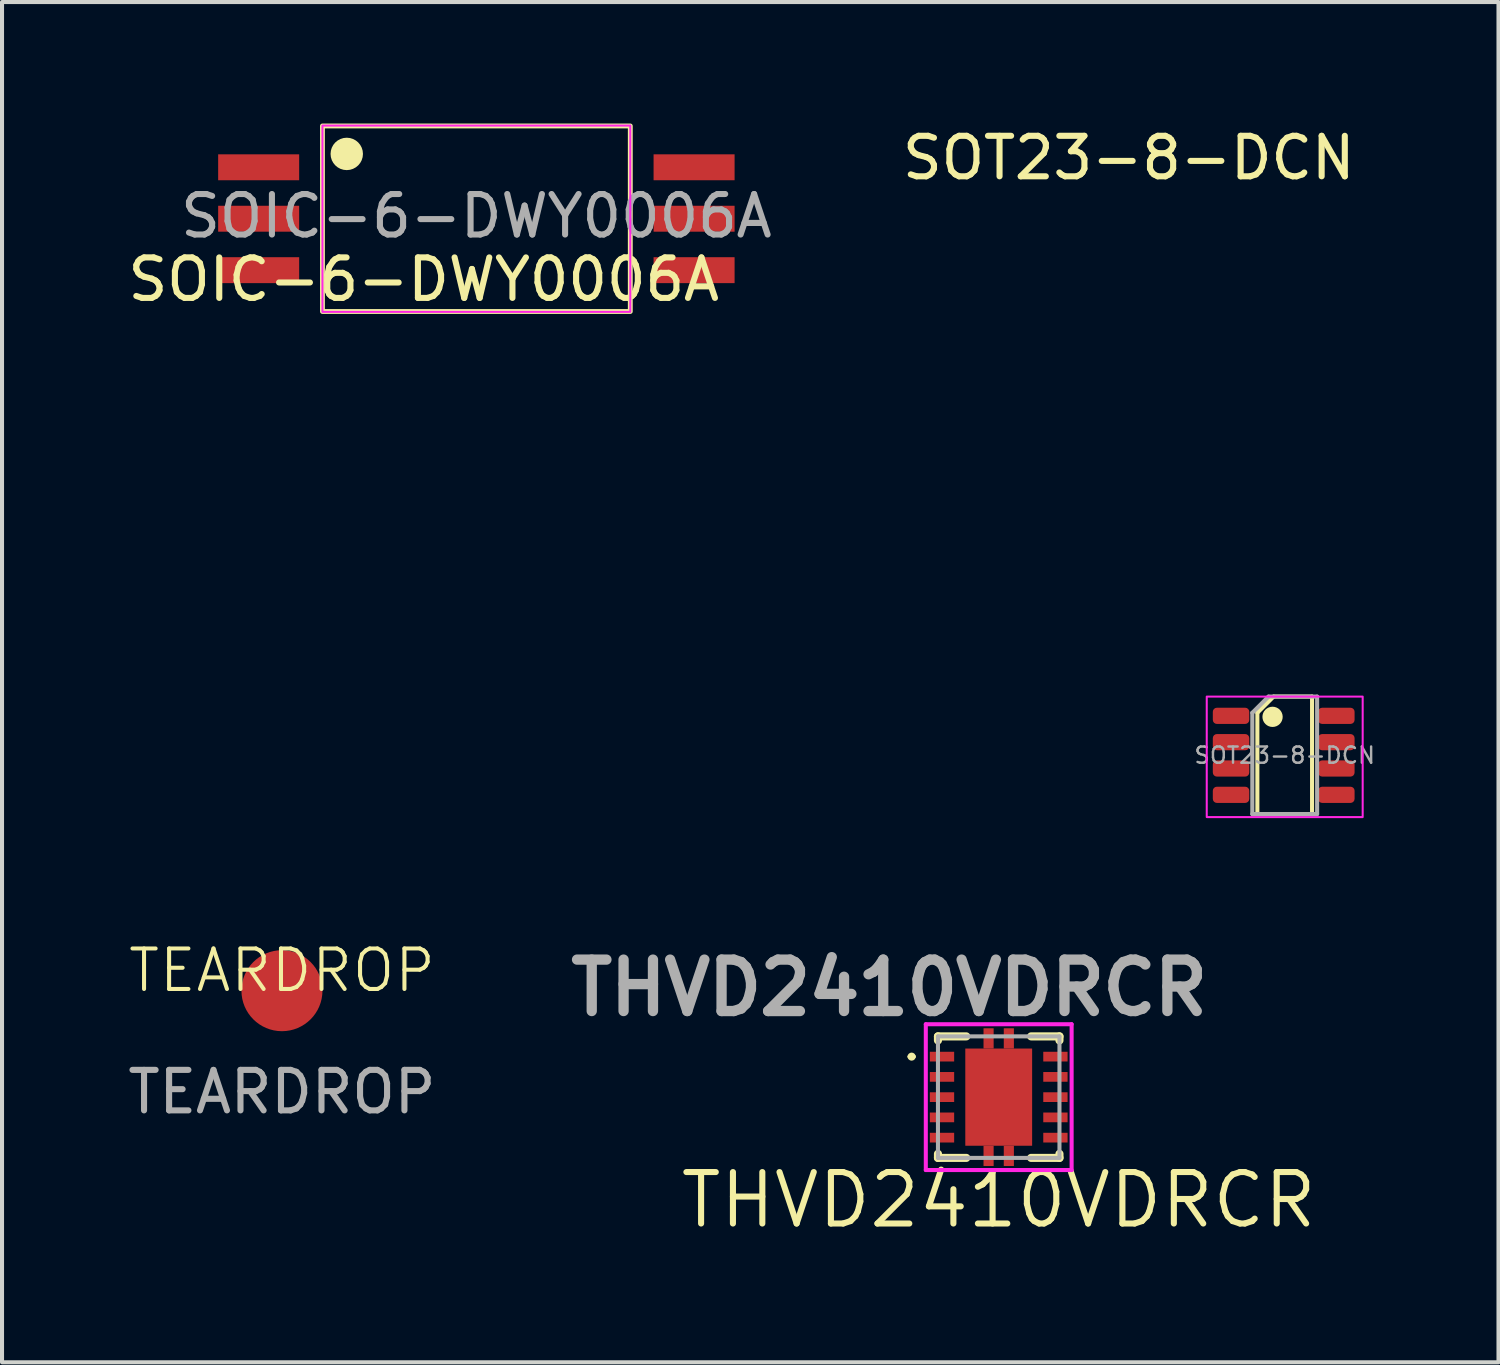
<source format=kicad_pcb>
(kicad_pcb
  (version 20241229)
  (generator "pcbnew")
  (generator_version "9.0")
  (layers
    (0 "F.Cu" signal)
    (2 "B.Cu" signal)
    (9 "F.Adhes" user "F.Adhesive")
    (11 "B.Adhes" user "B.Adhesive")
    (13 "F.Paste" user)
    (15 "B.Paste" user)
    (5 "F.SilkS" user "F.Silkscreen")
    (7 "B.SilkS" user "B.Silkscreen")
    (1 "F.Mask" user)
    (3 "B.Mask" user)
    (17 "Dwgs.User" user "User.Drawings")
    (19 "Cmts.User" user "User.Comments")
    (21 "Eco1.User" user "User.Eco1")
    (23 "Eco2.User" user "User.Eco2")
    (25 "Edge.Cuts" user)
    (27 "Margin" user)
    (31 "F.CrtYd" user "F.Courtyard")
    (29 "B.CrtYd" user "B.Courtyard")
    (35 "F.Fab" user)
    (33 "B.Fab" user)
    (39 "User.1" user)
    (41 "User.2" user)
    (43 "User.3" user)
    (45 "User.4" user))
  (footprint "TEARDROP"
    (layer "F.Cu")
    (at 3.911 21.409)
    (property "Reference" "TEARDROP" (at 0 -0.5 0) (unlocked yes) (layer "F.SilkS") (effects (font (size 1 1) (thickness 0.1))))
    (attr smd)
    (fp_text user "${REFERENCE}" (at 0 2.5 0) (unlocked yes) (layer "F.Fab") (effects (font (size 1 1) (thickness 0.15))))
    (pad "1" smd circle (at 0 0) (size 2 2) (layers "F.Cu" "F.Mask" "F.Paste")))
  (footprint "SOIC-6-DWY0006A"
    (layer "F.Cu")
    (at 8.711 2.35)
    (property "Reference" "SOIC-6-DWY0006A" (at -1.3 1.5 0) (layer "F.SilkS") (effects (font (size 1 1) (thickness 0.15))))
    (attr smd)
    (fp_rect (start -3.8 -2.29) (end 3.8 2.29) (stroke (width 0.12) (type default)) (fill no) (layer "F.SilkS"))
    (fp_circle (center -3.2 -1.6) (end -3 -1.6) (stroke (width 0.4) (type default)) (fill no) (layer "F.SilkS"))
    (fp_rect (start -3.8 -2.3) (end 3.8 2.3) (stroke (width 0.05) (type default)) (fill no) (layer "F.CrtYd"))
    (fp_text user "${REFERENCE}" (at 0 -0.065 0) (layer "F.Fab") (effects (font (size 1 1) (thickness 0.15))))
    (pad "1" smd rect (at -5.375 -1.27) (size 2 0.64) (layers "F.Cu" "F.Mask" "F.Paste"))
    (pad "2" smd rect (at -5.375 0) (size 2 0.64) (layers "F.Cu" "F.Mask" "F.Paste"))
    (pad "3" smd rect (at -5.375 1.27) (size 2 0.64) (layers "F.Cu" "F.Mask" "F.Paste"))
    (pad "4" smd rect (at 5.375 1.27) (size 2 0.64) (layers "F.Cu" "F.Mask" "F.Paste"))
    (pad "5" smd rect (at 5.375 0) (size 2 0.64) (layers "F.Cu" "F.Mask" "F.Paste"))
    (pad "6" smd rect (at 5.375 -1.27) (size 2 0.64) (layers "F.Cu" "F.Mask" "F.Paste")))
  (footprint "SOT23-8-DCN"
    (layer "F.Cu")
    (at 28.643 15.598)
    (property "Reference" "SOT23-8-DCN" (at -3.825 -14.75 0) (unlocked yes) (layer "F.SilkS") (effects (font (size 1 1) (thickness 0.15))))
    (attr smd)
    (fp_line (start -0.65 -1.05) (end -0.25 -1.45) (stroke (width 0.1) (type solid)) (layer "F.SilkS"))
    (fp_line (start -0.65 1.45) (end -0.65 -1.05) (stroke (width 0.1) (type solid)) (layer "F.SilkS"))
    (fp_line (start -0.25 -1.45) (end 0.7 -1.45) (stroke (width 0.1) (type solid)) (layer "F.SilkS"))
    (fp_line (start 0.7 -1.45) (end 0.7 1.45) (stroke (width 0.1) (type solid)) (layer "F.SilkS"))
    (fp_line (start 0.7 1.45) (end -0.65 1.45) (stroke (width 0.1) (type solid)) (layer "F.SilkS"))
    (fp_circle (center -0.275 -0.95) (end -0.15 -0.95) (stroke (width 0.25) (type default)) (fill no) (layer "F.SilkS"))
    (fp_rect (start -1.9 -1.45) (end 1.95 1.525) (stroke (width 0.05) (type default)) (fill no) (layer "F.CrtYd"))
    (fp_line (start -0.775 -1.05) (end -0.375 -1.45) (stroke (width 0.1) (type solid)) (layer "F.Fab"))
    (fp_line (start -0.775 1.45) (end -0.775 -1.05) (stroke (width 0.1) (type solid)) (layer "F.Fab"))
    (fp_line (start -0.375 -1.45) (end 0.825 -1.45) (stroke (width 0.1) (type solid)) (layer "F.Fab"))
    (fp_line (start 0.825 -1.45) (end 0.825 1.45) (stroke (width 0.1) (type solid)) (layer "F.Fab"))
    (fp_line (start 0.825 1.45) (end -0.775 1.45) (stroke (width 0.1) (type solid)) (layer "F.Fab"))
    (fp_text user "${REFERENCE}" (at 0.025 0 0) (layer "F.Fab") (effects (font (size 0.4 0.4) (thickness 0.06))))
    (pad "1" smd roundrect (at -1.3 -0.975) (size 0.9 0.4) (layers "F.Cu" "F.Mask" "F.Paste") (roundrect_rratio 0.25))
    (pad "2" smd roundrect (at -1.3 -0.325) (size 0.9 0.4) (layers "F.Cu" "F.Mask" "F.Paste") (roundrect_rratio 0.25))
    (pad "3" smd roundrect (at -1.3 0.325) (size 0.9 0.4) (layers "F.Cu" "F.Mask" "F.Paste") (roundrect_rratio 0.25))
    (pad "4" smd roundrect (at -1.3 0.975) (size 0.9 0.4) (layers "F.Cu" "F.Mask" "F.Paste") (roundrect_rratio 0.25))
    (pad "5" smd roundrect (at 1.3 0.975) (size 0.9 0.4) (layers "F.Cu" "F.Mask" "F.Paste") (roundrect_rratio 0.25))
    (pad "6" smd roundrect (at 1.3 0.325) (size 0.9 0.4) (layers "F.Cu" "F.Mask" "F.Paste") (roundrect_rratio 0.25))
    (pad "7" smd roundrect (at 1.3 -0.325) (size 0.9 0.4) (layers "F.Cu" "F.Mask" "F.Paste") (roundrect_rratio 0.25))
    (pad "8" smd roundrect (at 1.3 -0.975) (size 0.9 0.4) (layers "F.Cu" "F.Mask" "F.Paste") (roundrect_rratio 0.25)))
  (footprint "THVD2410VDRCR"
    (layer "F.Cu")
    (at 21.607 24.037)
    (property "Reference" "THVD2410VDRCR" (at 0 2.54 0) (layer "F.SilkS") (effects (font (size 1.27 1.27) (thickness 0.15))))
    (fp_line (start -2.2 -1) (end -2.2 -1) (stroke (width 0.1) (type solid)) (layer "F.SilkS"))
    (fp_line (start -2.1 -1) (end -2.1 -1) (stroke (width 0.1) (type solid)) (layer "F.SilkS"))
    (fp_line (start -1.5 -1.5) (end -1.5 -1.4) (stroke (width 0.2) (type solid)) (layer "F.SilkS"))
    (fp_line (start -1.5 1.5) (end -1.5 1.4) (stroke (width 0.2) (type solid)) (layer "F.SilkS"))
    (fp_line (start -0.8 -1.5) (end -1.5 -1.5) (stroke (width 0.2) (type solid)) (layer "F.SilkS"))
    (fp_line (start -0.8 1.5) (end -1.5 1.5) (stroke (width 0.2) (type solid)) (layer "F.SilkS"))
    (fp_line (start 0.8 -1.5) (end 1.5 -1.5) (stroke (width 0.2) (type solid)) (layer "F.SilkS"))
    (fp_line (start 0.8 1.5) (end 1.5 1.5) (stroke (width 0.2) (type solid)) (layer "F.SilkS"))
    (fp_line (start 1.5 -1.5) (end 1.5 -1.4) (stroke (width 0.2) (type solid)) (layer "F.SilkS"))
    (fp_line (start 1.5 1.5) (end 1.5 1.4) (stroke (width 0.2) (type solid)) (layer "F.SilkS"))
    (fp_arc (start -2.2 -1) (mid -2.15 -1.05) (end -2.1 -1) (stroke (width 0.1) (type solid)) (layer "F.SilkS"))
    (fp_arc (start -2.1 -1) (mid -2.15 -0.95) (end -2.2 -1) (stroke (width 0.1) (type solid)) (layer "F.SilkS"))
    (fp_line (start -1.8 -1.8) (end 1.8 -1.8) (stroke (width 0.1) (type solid)) (layer "F.CrtYd"))
    (fp_line (start -1.8 1.8) (end -1.8 -1.8) (stroke (width 0.1) (type solid)) (layer "F.CrtYd"))
    (fp_line (start 1.8 -1.8) (end 1.8 1.8) (stroke (width 0.1) (type solid)) (layer "F.CrtYd"))
    (fp_line (start 1.8 1.8) (end -1.8 1.8) (stroke (width 0.1) (type solid)) (layer "F.CrtYd"))
    (fp_line (start -1.5 -1.5) (end 1.5 -1.5) (stroke (width 0.1) (type solid)) (layer "F.Fab"))
    (fp_line (start -1.5 1.5) (end -1.5 -1.5) (stroke (width 0.1) (type solid)) (layer "F.Fab"))
    (fp_line (start 1.5 -1.5) (end 1.5 1.5) (stroke (width 0.1) (type solid)) (layer "F.Fab"))
    (fp_line (start 1.5 1.5) (end -1.5 1.5) (stroke (width 0.1) (type solid)) (layer "F.Fab"))
    (fp_text user "${REFERENCE}" (at -2.7 -2.7 0) (layer "F.Fab") (effects (font (size 1.27 1.27) (thickness 0.254))))
    (pad "1" smd rect (at -1.4 -1 90) (size 0.24 0.6) (layers "F.Cu" "F.Mask" "F.Paste"))
    (pad "2" smd rect (at -1.4 -0.5 90) (size 0.24 0.6) (layers "F.Cu" "F.Mask" "F.Paste"))
    (pad "3" smd rect (at -1.4 0 90) (size 0.24 0.6) (layers "F.Cu" "F.Mask" "F.Paste"))
    (pad "4" smd rect (at -1.4 0.5 90) (size 0.24 0.6) (layers "F.Cu" "F.Mask" "F.Paste"))
    (pad "5" smd rect (at -1.4 1 90) (size 0.24 0.6) (layers "F.Cu" "F.Mask" "F.Paste"))
    (pad "6" smd rect (at 1.4 1 90) (size 0.24 0.6) (layers "F.Cu" "F.Mask" "F.Paste"))
    (pad "7" smd rect (at 1.4 0.5 90) (size 0.24 0.6) (layers "F.Cu" "F.Mask" "F.Paste"))
    (pad "8" smd rect (at 1.4 0 90) (size 0.24 0.6) (layers "F.Cu" "F.Mask" "F.Paste"))
    (pad "9" smd rect (at 1.4 -0.5 90) (size 0.24 0.6) (layers "F.Cu" "F.Mask" "F.Paste"))
    (pad "10" smd rect (at 1.4 -1 90) (size 0.24 0.6) (layers "F.Cu" "F.Mask" "F.Paste"))
    (pad "11" smd rect (at 0 0) (size 1.65 2.4) (layers "F.Cu" "F.Mask" "F.Paste"))
    (pad "12" smd rect (at -0.25 1.45) (size 0.25 0.5) (layers "F.Cu" "F.Mask" "F.Paste"))
    (pad "13" smd rect (at 0.25 1.45) (size 0.25 0.5) (layers "F.Cu" "F.Mask" "F.Paste"))
    (pad "14" smd rect (at 0.25 -1.45) (size 0.25 0.5) (layers "F.Cu" "F.Mask" "F.Paste"))
    (pad "15" smd rect (at -0.25 -1.45) (size 0.25 0.5) (layers "F.Cu" "F.Mask" "F.Paste")))
  (gr_rect
    (start -3 -3)
    (end 33.946 30.583)
    (stroke (width 0.1) (type default))
    (fill no)
    (layer "Edge.Cuts")))
</source>
